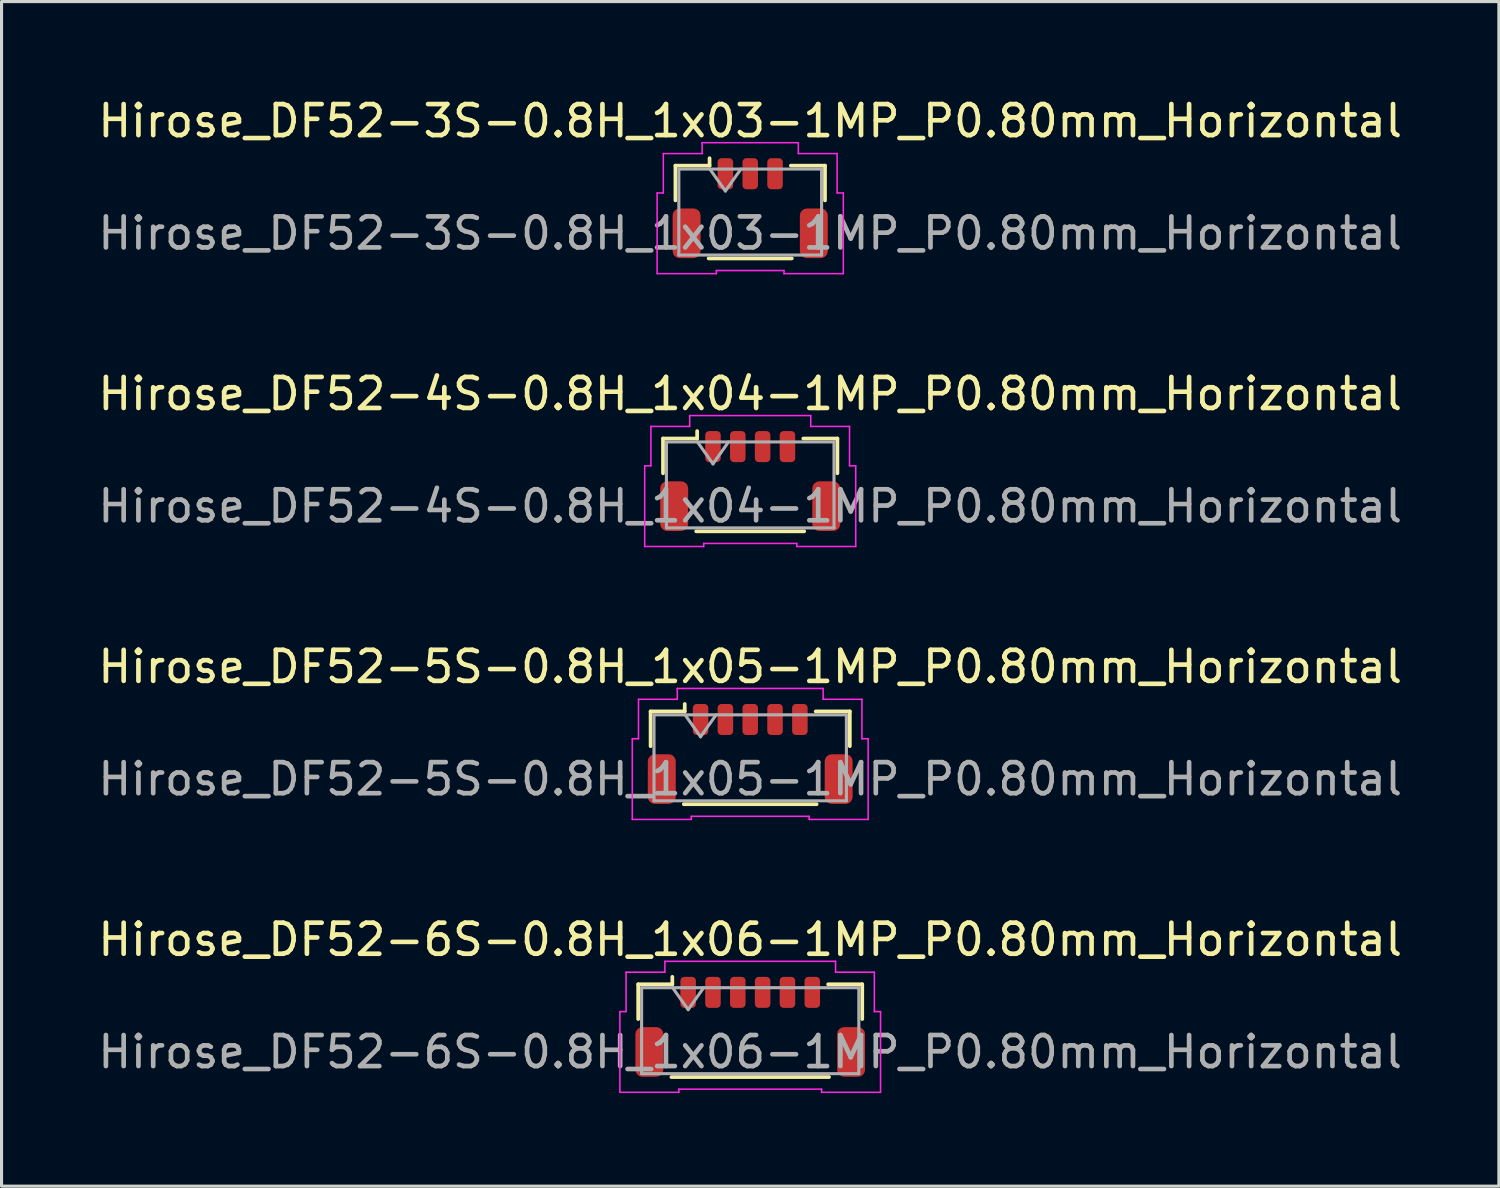
<source format=kicad_pcb>
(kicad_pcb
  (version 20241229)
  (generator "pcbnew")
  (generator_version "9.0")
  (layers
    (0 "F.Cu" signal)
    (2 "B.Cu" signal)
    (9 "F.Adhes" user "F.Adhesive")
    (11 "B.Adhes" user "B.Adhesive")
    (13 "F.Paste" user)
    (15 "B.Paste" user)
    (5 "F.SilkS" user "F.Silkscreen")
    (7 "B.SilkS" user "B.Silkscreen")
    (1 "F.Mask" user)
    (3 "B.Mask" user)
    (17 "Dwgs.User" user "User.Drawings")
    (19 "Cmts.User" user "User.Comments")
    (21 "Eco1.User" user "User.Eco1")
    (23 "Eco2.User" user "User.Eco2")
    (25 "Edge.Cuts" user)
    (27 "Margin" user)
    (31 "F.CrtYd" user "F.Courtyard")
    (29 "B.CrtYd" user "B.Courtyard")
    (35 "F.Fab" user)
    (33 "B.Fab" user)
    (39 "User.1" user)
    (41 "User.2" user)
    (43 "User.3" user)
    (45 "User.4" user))
  (footprint "Hirose_DF52-3S-0.8H_1x03-1MP_P0.80mm_Horizontal"
    (layer "F.Cu")
    (at 21.125 3.658)
    (property "Reference" "Hirose_DF52-3S-0.8H_1x03-1MP_P0.80mm_Horizontal" (at 0 -2.81 0) (layer "F.SilkS") (effects (font (size 1 1) (thickness 0.15))))
    (attr smd)
    (fp_line (start -2.41 -1.37) (end -1.31 -1.37) (stroke (width 0.12) (type solid)) (layer "F.SilkS"))
    (fp_line (start -2.41 -0.25) (end -2.41 -1.37) (stroke (width 0.12) (type solid)) (layer "F.SilkS"))
    (fp_line (start -1.34 1.62) (end 1.34 1.62) (stroke (width 0.12) (type solid)) (layer "F.SilkS"))
    (fp_line (start -1.31 -1.37) (end -1.31 -1.61) (stroke (width 0.12) (type solid)) (layer "F.SilkS"))
    (fp_line (start 2.41 -1.37) (end 1.31 -1.37) (stroke (width 0.12) (type solid)) (layer "F.SilkS"))
    (fp_line (start 2.41 -0.25) (end 2.41 -1.37) (stroke (width 0.12) (type solid)) (layer "F.SilkS"))
    (fp_line (start -3 -0.49) (end -2.8 -0.49) (stroke (width 0.05) (type solid)) (layer "F.CrtYd"))
    (fp_line (start -3 2.11) (end -3 -0.49) (stroke (width 0.05) (type solid)) (layer "F.CrtYd"))
    (fp_line (start -2.8 -1.76) (end -1.55 -1.76) (stroke (width 0.05) (type solid)) (layer "F.CrtYd"))
    (fp_line (start -2.8 -0.49) (end -2.8 -1.76) (stroke (width 0.05) (type solid)) (layer "F.CrtYd"))
    (fp_line (start -1.55 -2.11) (end 1.55 -2.11) (stroke (width 0.05) (type solid)) (layer "F.CrtYd"))
    (fp_line (start -1.55 -1.76) (end -1.55 -2.11) (stroke (width 0.05) (type solid)) (layer "F.CrtYd"))
    (fp_line (start -1.09 2.01) (end -1.09 2.11) (stroke (width 0.05) (type solid)) (layer "F.CrtYd"))
    (fp_line (start -1.09 2.11) (end -3 2.11) (stroke (width 0.05) (type solid)) (layer "F.CrtYd"))
    (fp_line (start 1.09 2.01) (end -1.09 2.01) (stroke (width 0.05) (type solid)) (layer "F.CrtYd"))
    (fp_line (start 1.09 2.11) (end 1.09 2.01) (stroke (width 0.05) (type solid)) (layer "F.CrtYd"))
    (fp_line (start 1.55 -2.11) (end 1.55 -1.76) (stroke (width 0.05) (type solid)) (layer "F.CrtYd"))
    (fp_line (start 1.55 -1.76) (end 2.8 -1.76) (stroke (width 0.05) (type solid)) (layer "F.CrtYd"))
    (fp_line (start 2.8 -1.76) (end 2.8 -0.49) (stroke (width 0.05) (type solid)) (layer "F.CrtYd"))
    (fp_line (start 2.8 -0.49) (end 3 -0.49) (stroke (width 0.05) (type solid)) (layer "F.CrtYd"))
    (fp_line (start 3 -0.49) (end 3 2.11) (stroke (width 0.05) (type solid)) (layer "F.CrtYd"))
    (fp_line (start 3 2.11) (end 1.09 2.11) (stroke (width 0.05) (type solid)) (layer "F.CrtYd"))
    (fp_line (start -2.3 -1.26) (end -2.3 1.51) (stroke (width 0.1) (type solid)) (layer "F.Fab"))
    (fp_line (start -2.3 -1.26) (end 2.3 -1.26) (stroke (width 0.1) (type solid)) (layer "F.Fab"))
    (fp_line (start -2.3 1.51) (end 2.3 1.51) (stroke (width 0.1) (type solid)) (layer "F.Fab"))
    (fp_line (start -1.3 -1.26) (end -0.8 -0.553) (stroke (width 0.1) (type solid)) (layer "F.Fab"))
    (fp_line (start -0.8 -0.553) (end -0.3 -1.26) (stroke (width 0.1) (type solid)) (layer "F.Fab"))
    (fp_line (start 2.3 -1.26) (end 2.3 1.51) (stroke (width 0.1) (type solid)) (layer "F.Fab"))
    (fp_text user "${REFERENCE}" (at 0 0.81 0) (layer "F.Fab") (effects (font (size 1 1) (thickness 0.15))))
    (pad "1" smd roundrect (at -0.8 -1.11) (size 0.5 1) (layers "F.Cu" "F.Mask" "F.Paste") (roundrect_rratio 0.25))
    (pad "2" smd roundrect (at 0 -1.11) (size 0.5 1) (layers "F.Cu" "F.Mask" "F.Paste") (roundrect_rratio 0.25))
    (pad "3" smd roundrect (at 0.8 -1.11) (size 0.5 1) (layers "F.Cu" "F.Mask" "F.Paste") (roundrect_rratio 0.25))
    (pad "MP" smd roundrect (at -2.05 0.81) (size 0.9 1.6) (layers "F.Cu" "F.Mask" "F.Paste") (roundrect_rratio 0.25))
    (pad "MP" smd roundrect (at 2.05 0.81) (size 0.9 1.6) (layers "F.Cu" "F.Mask" "F.Paste") (roundrect_rratio 0.25)))
  (footprint "Hirose_DF52-5S-0.8H_1x05-1MP_P0.80mm_Horizontal"
    (layer "F.Cu")
    (at 21.125 21.245)
    (property "Reference" "Hirose_DF52-5S-0.8H_1x05-1MP_P0.80mm_Horizontal" (at 0 -2.81 0) (layer "F.SilkS") (effects (font (size 1 1) (thickness 0.15))))
    (attr smd)
    (fp_line (start -3.21 -1.37) (end -2.11 -1.37) (stroke (width 0.12) (type solid)) (layer "F.SilkS"))
    (fp_line (start -3.21 -0.25) (end -3.21 -1.37) (stroke (width 0.12) (type solid)) (layer "F.SilkS"))
    (fp_line (start -2.14 1.62) (end 2.14 1.62) (stroke (width 0.12) (type solid)) (layer "F.SilkS"))
    (fp_line (start -2.11 -1.37) (end -2.11 -1.61) (stroke (width 0.12) (type solid)) (layer "F.SilkS"))
    (fp_line (start 3.21 -1.37) (end 2.11 -1.37) (stroke (width 0.12) (type solid)) (layer "F.SilkS"))
    (fp_line (start 3.21 -0.25) (end 3.21 -1.37) (stroke (width 0.12) (type solid)) (layer "F.SilkS"))
    (fp_line (start -3.8 -0.49) (end -3.6 -0.49) (stroke (width 0.05) (type solid)) (layer "F.CrtYd"))
    (fp_line (start -3.8 2.11) (end -3.8 -0.49) (stroke (width 0.05) (type solid)) (layer "F.CrtYd"))
    (fp_line (start -3.6 -1.76) (end -2.35 -1.76) (stroke (width 0.05) (type solid)) (layer "F.CrtYd"))
    (fp_line (start -3.6 -0.49) (end -3.6 -1.76) (stroke (width 0.05) (type solid)) (layer "F.CrtYd"))
    (fp_line (start -2.35 -2.11) (end 2.35 -2.11) (stroke (width 0.05) (type solid)) (layer "F.CrtYd"))
    (fp_line (start -2.35 -1.76) (end -2.35 -2.11) (stroke (width 0.05) (type solid)) (layer "F.CrtYd"))
    (fp_line (start -1.9 2.01) (end -1.9 2.11) (stroke (width 0.05) (type solid)) (layer "F.CrtYd"))
    (fp_line (start -1.9 2.11) (end -3.8 2.11) (stroke (width 0.05) (type solid)) (layer "F.CrtYd"))
    (fp_line (start 1.9 2.01) (end -1.9 2.01) (stroke (width 0.05) (type solid)) (layer "F.CrtYd"))
    (fp_line (start 1.9 2.11) (end 1.9 2.01) (stroke (width 0.05) (type solid)) (layer "F.CrtYd"))
    (fp_line (start 2.35 -2.11) (end 2.35 -1.76) (stroke (width 0.05) (type solid)) (layer "F.CrtYd"))
    (fp_line (start 2.35 -1.76) (end 3.6 -1.76) (stroke (width 0.05) (type solid)) (layer "F.CrtYd"))
    (fp_line (start 3.6 -1.76) (end 3.6 -0.49) (stroke (width 0.05) (type solid)) (layer "F.CrtYd"))
    (fp_line (start 3.6 -0.49) (end 3.8 -0.49) (stroke (width 0.05) (type solid)) (layer "F.CrtYd"))
    (fp_line (start 3.8 -0.49) (end 3.8 2.11) (stroke (width 0.05) (type solid)) (layer "F.CrtYd"))
    (fp_line (start 3.8 2.11) (end 1.9 2.11) (stroke (width 0.05) (type solid)) (layer "F.CrtYd"))
    (fp_line (start -3.1 -1.26) (end -3.1 1.51) (stroke (width 0.1) (type solid)) (layer "F.Fab"))
    (fp_line (start -3.1 -1.26) (end 3.1 -1.26) (stroke (width 0.1) (type solid)) (layer "F.Fab"))
    (fp_line (start -3.1 1.51) (end 3.1 1.51) (stroke (width 0.1) (type solid)) (layer "F.Fab"))
    (fp_line (start -2.1 -1.26) (end -1.6 -0.553) (stroke (width 0.1) (type solid)) (layer "F.Fab"))
    (fp_line (start -1.6 -0.553) (end -1.1 -1.26) (stroke (width 0.1) (type solid)) (layer "F.Fab"))
    (fp_line (start 3.1 -1.26) (end 3.1 1.51) (stroke (width 0.1) (type solid)) (layer "F.Fab"))
    (fp_text user "${REFERENCE}" (at 0 0.81 0) (layer "F.Fab") (effects (font (size 1 1) (thickness 0.15))))
    (pad "1" smd roundrect (at -1.6 -1.11) (size 0.5 1) (layers "F.Cu" "F.Mask" "F.Paste") (roundrect_rratio 0.25))
    (pad "2" smd roundrect (at -0.8 -1.11) (size 0.5 1) (layers "F.Cu" "F.Mask" "F.Paste") (roundrect_rratio 0.25))
    (pad "3" smd roundrect (at 0 -1.11) (size 0.5 1) (layers "F.Cu" "F.Mask" "F.Paste") (roundrect_rratio 0.25))
    (pad "4" smd roundrect (at 0.8 -1.11) (size 0.5 1) (layers "F.Cu" "F.Mask" "F.Paste") (roundrect_rratio 0.25))
    (pad "5" smd roundrect (at 1.6 -1.11) (size 0.5 1) (layers "F.Cu" "F.Mask" "F.Paste") (roundrect_rratio 0.25))
    (pad "MP" smd roundrect (at -2.85 0.81) (size 0.9 1.6) (layers "F.Cu" "F.Mask" "F.Paste") (roundrect_rratio 0.25))
    (pad "MP" smd roundrect (at 2.85 0.81) (size 0.9 1.6) (layers "F.Cu" "F.Mask" "F.Paste") (roundrect_rratio 0.25)))
  (footprint "Hirose_DF52-4S-0.8H_1x04-1MP_P0.80mm_Horizontal"
    (layer "F.Cu")
    (at 21.125 12.451)
    (property "Reference" "Hirose_DF52-4S-0.8H_1x04-1MP_P0.80mm_Horizontal" (at 0 -2.81 0) (layer "F.SilkS") (effects (font (size 1 1) (thickness 0.15))))
    (attr smd)
    (fp_line (start -2.81 -1.37) (end -1.71 -1.37) (stroke (width 0.12) (type solid)) (layer "F.SilkS"))
    (fp_line (start -2.81 -0.25) (end -2.81 -1.37) (stroke (width 0.12) (type solid)) (layer "F.SilkS"))
    (fp_line (start -1.74 1.62) (end 1.74 1.62) (stroke (width 0.12) (type solid)) (layer "F.SilkS"))
    (fp_line (start -1.71 -1.37) (end -1.71 -1.61) (stroke (width 0.12) (type solid)) (layer "F.SilkS"))
    (fp_line (start 2.81 -1.37) (end 1.71 -1.37) (stroke (width 0.12) (type solid)) (layer "F.SilkS"))
    (fp_line (start 2.81 -0.25) (end 2.81 -1.37) (stroke (width 0.12) (type solid)) (layer "F.SilkS"))
    (fp_line (start -3.4 -0.49) (end -3.2 -0.49) (stroke (width 0.05) (type solid)) (layer "F.CrtYd"))
    (fp_line (start -3.4 2.11) (end -3.4 -0.49) (stroke (width 0.05) (type solid)) (layer "F.CrtYd"))
    (fp_line (start -3.2 -1.76) (end -1.95 -1.76) (stroke (width 0.05) (type solid)) (layer "F.CrtYd"))
    (fp_line (start -3.2 -0.49) (end -3.2 -1.76) (stroke (width 0.05) (type solid)) (layer "F.CrtYd"))
    (fp_line (start -1.95 -2.11) (end 1.95 -2.11) (stroke (width 0.05) (type solid)) (layer "F.CrtYd"))
    (fp_line (start -1.95 -1.76) (end -1.95 -2.11) (stroke (width 0.05) (type solid)) (layer "F.CrtYd"))
    (fp_line (start -1.5 2.01) (end -1.5 2.11) (stroke (width 0.05) (type solid)) (layer "F.CrtYd"))
    (fp_line (start -1.5 2.11) (end -3.4 2.11) (stroke (width 0.05) (type solid)) (layer "F.CrtYd"))
    (fp_line (start 1.5 2.01) (end -1.5 2.01) (stroke (width 0.05) (type solid)) (layer "F.CrtYd"))
    (fp_line (start 1.5 2.11) (end 1.5 2.01) (stroke (width 0.05) (type solid)) (layer "F.CrtYd"))
    (fp_line (start 1.95 -2.11) (end 1.95 -1.76) (stroke (width 0.05) (type solid)) (layer "F.CrtYd"))
    (fp_line (start 1.95 -1.76) (end 3.2 -1.76) (stroke (width 0.05) (type solid)) (layer "F.CrtYd"))
    (fp_line (start 3.2 -1.76) (end 3.2 -0.49) (stroke (width 0.05) (type solid)) (layer "F.CrtYd"))
    (fp_line (start 3.2 -0.49) (end 3.4 -0.49) (stroke (width 0.05) (type solid)) (layer "F.CrtYd"))
    (fp_line (start 3.4 -0.49) (end 3.4 2.11) (stroke (width 0.05) (type solid)) (layer "F.CrtYd"))
    (fp_line (start 3.4 2.11) (end 1.5 2.11) (stroke (width 0.05) (type solid)) (layer "F.CrtYd"))
    (fp_line (start -2.7 -1.26) (end -2.7 1.51) (stroke (width 0.1) (type solid)) (layer "F.Fab"))
    (fp_line (start -2.7 -1.26) (end 2.7 -1.26) (stroke (width 0.1) (type solid)) (layer "F.Fab"))
    (fp_line (start -2.7 1.51) (end 2.7 1.51) (stroke (width 0.1) (type solid)) (layer "F.Fab"))
    (fp_line (start -1.7 -1.26) (end -1.2 -0.553) (stroke (width 0.1) (type solid)) (layer "F.Fab"))
    (fp_line (start -1.2 -0.553) (end -0.7 -1.26) (stroke (width 0.1) (type solid)) (layer "F.Fab"))
    (fp_line (start 2.7 -1.26) (end 2.7 1.51) (stroke (width 0.1) (type solid)) (layer "F.Fab"))
    (fp_text user "${REFERENCE}" (at 0 0.81 0) (layer "F.Fab") (effects (font (size 1 1) (thickness 0.15))))
    (pad "1" smd roundrect (at -1.2 -1.11) (size 0.5 1) (layers "F.Cu" "F.Mask" "F.Paste") (roundrect_rratio 0.25))
    (pad "2" smd roundrect (at -0.4 -1.11) (size 0.5 1) (layers "F.Cu" "F.Mask" "F.Paste") (roundrect_rratio 0.25))
    (pad "3" smd roundrect (at 0.4 -1.11) (size 0.5 1) (layers "F.Cu" "F.Mask" "F.Paste") (roundrect_rratio 0.25))
    (pad "4" smd roundrect (at 1.2 -1.11) (size 0.5 1) (layers "F.Cu" "F.Mask" "F.Paste") (roundrect_rratio 0.25))
    (pad "MP" smd roundrect (at -2.45 0.81) (size 0.9 1.6) (layers "F.Cu" "F.Mask" "F.Paste") (roundrect_rratio 0.25))
    (pad "MP" smd roundrect (at 2.45 0.81) (size 0.9 1.6) (layers "F.Cu" "F.Mask" "F.Paste") (roundrect_rratio 0.25)))
  (footprint "Hirose_DF52-6S-0.8H_1x06-1MP_P0.80mm_Horizontal"
    (layer "F.Cu")
    (at 21.125 30.038)
    (property "Reference" "Hirose_DF52-6S-0.8H_1x06-1MP_P0.80mm_Horizontal" (at 0 -2.81 0) (layer "F.SilkS") (effects (font (size 1 1) (thickness 0.15))))
    (attr smd)
    (fp_line (start -3.61 -1.37) (end -2.51 -1.37) (stroke (width 0.12) (type solid)) (layer "F.SilkS"))
    (fp_line (start -3.61 -0.25) (end -3.61 -1.37) (stroke (width 0.12) (type solid)) (layer "F.SilkS"))
    (fp_line (start -2.54 1.62) (end 2.54 1.62) (stroke (width 0.12) (type solid)) (layer "F.SilkS"))
    (fp_line (start -2.51 -1.37) (end -2.51 -1.61) (stroke (width 0.12) (type solid)) (layer "F.SilkS"))
    (fp_line (start 3.61 -1.37) (end 2.51 -1.37) (stroke (width 0.12) (type solid)) (layer "F.SilkS"))
    (fp_line (start 3.61 -0.25) (end 3.61 -1.37) (stroke (width 0.12) (type solid)) (layer "F.SilkS"))
    (fp_line (start -4.2 -0.49) (end -4 -0.49) (stroke (width 0.05) (type solid)) (layer "F.CrtYd"))
    (fp_line (start -4.2 2.11) (end -4.2 -0.49) (stroke (width 0.05) (type solid)) (layer "F.CrtYd"))
    (fp_line (start -4 -1.76) (end -2.75 -1.76) (stroke (width 0.05) (type solid)) (layer "F.CrtYd"))
    (fp_line (start -4 -0.49) (end -4 -1.76) (stroke (width 0.05) (type solid)) (layer "F.CrtYd"))
    (fp_line (start -2.75 -2.11) (end 2.75 -2.11) (stroke (width 0.05) (type solid)) (layer "F.CrtYd"))
    (fp_line (start -2.75 -1.76) (end -2.75 -2.11) (stroke (width 0.05) (type solid)) (layer "F.CrtYd"))
    (fp_line (start -2.3 2.01) (end -2.3 2.11) (stroke (width 0.05) (type solid)) (layer "F.CrtYd"))
    (fp_line (start -2.3 2.11) (end -4.2 2.11) (stroke (width 0.05) (type solid)) (layer "F.CrtYd"))
    (fp_line (start 2.3 2.01) (end -2.3 2.01) (stroke (width 0.05) (type solid)) (layer "F.CrtYd"))
    (fp_line (start 2.3 2.11) (end 2.3 2.01) (stroke (width 0.05) (type solid)) (layer "F.CrtYd"))
    (fp_line (start 2.75 -2.11) (end 2.75 -1.76) (stroke (width 0.05) (type solid)) (layer "F.CrtYd"))
    (fp_line (start 2.75 -1.76) (end 4 -1.76) (stroke (width 0.05) (type solid)) (layer "F.CrtYd"))
    (fp_line (start 4 -1.76) (end 4 -0.49) (stroke (width 0.05) (type solid)) (layer "F.CrtYd"))
    (fp_line (start 4 -0.49) (end 4.2 -0.49) (stroke (width 0.05) (type solid)) (layer "F.CrtYd"))
    (fp_line (start 4.2 -0.49) (end 4.2 2.11) (stroke (width 0.05) (type solid)) (layer "F.CrtYd"))
    (fp_line (start 4.2 2.11) (end 2.3 2.11) (stroke (width 0.05) (type solid)) (layer "F.CrtYd"))
    (fp_line (start -3.5 -1.26) (end -3.5 1.51) (stroke (width 0.1) (type solid)) (layer "F.Fab"))
    (fp_line (start -3.5 -1.26) (end 3.5 -1.26) (stroke (width 0.1) (type solid)) (layer "F.Fab"))
    (fp_line (start -3.5 1.51) (end 3.5 1.51) (stroke (width 0.1) (type solid)) (layer "F.Fab"))
    (fp_line (start -2.5 -1.26) (end -2 -0.553) (stroke (width 0.1) (type solid)) (layer "F.Fab"))
    (fp_line (start -2 -0.553) (end -1.5 -1.26) (stroke (width 0.1) (type solid)) (layer "F.Fab"))
    (fp_line (start 3.5 -1.26) (end 3.5 1.51) (stroke (width 0.1) (type solid)) (layer "F.Fab"))
    (fp_text user "${REFERENCE}" (at 0 0.81 0) (layer "F.Fab") (effects (font (size 1 1) (thickness 0.15))))
    (pad "1" smd roundrect (at -2 -1.11) (size 0.5 1) (layers "F.Cu" "F.Mask" "F.Paste") (roundrect_rratio 0.25))
    (pad "2" smd roundrect (at -1.2 -1.11) (size 0.5 1) (layers "F.Cu" "F.Mask" "F.Paste") (roundrect_rratio 0.25))
    (pad "3" smd roundrect (at -0.4 -1.11) (size 0.5 1) (layers "F.Cu" "F.Mask" "F.Paste") (roundrect_rratio 0.25))
    (pad "4" smd roundrect (at 0.4 -1.11) (size 0.5 1) (layers "F.Cu" "F.Mask" "F.Paste") (roundrect_rratio 0.25))
    (pad "5" smd roundrect (at 1.2 -1.11) (size 0.5 1) (layers "F.Cu" "F.Mask" "F.Paste") (roundrect_rratio 0.25))
    (pad "6" smd roundrect (at 2 -1.11) (size 0.5 1) (layers "F.Cu" "F.Mask" "F.Paste") (roundrect_rratio 0.25))
    (pad "MP" smd roundrect (at -3.25 0.81) (size 0.9 1.6) (layers "F.Cu" "F.Mask" "F.Paste") (roundrect_rratio 0.25))
    (pad "MP" smd roundrect (at 3.25 0.81) (size 0.9 1.6) (layers "F.Cu" "F.Mask" "F.Paste") (roundrect_rratio 0.25)))
  (gr_rect
    (start -3 -3)
    (end 45.25 35.173)
    (stroke (width 0.1) (type default))
    (fill no)
    (layer "Edge.Cuts")))
</source>
